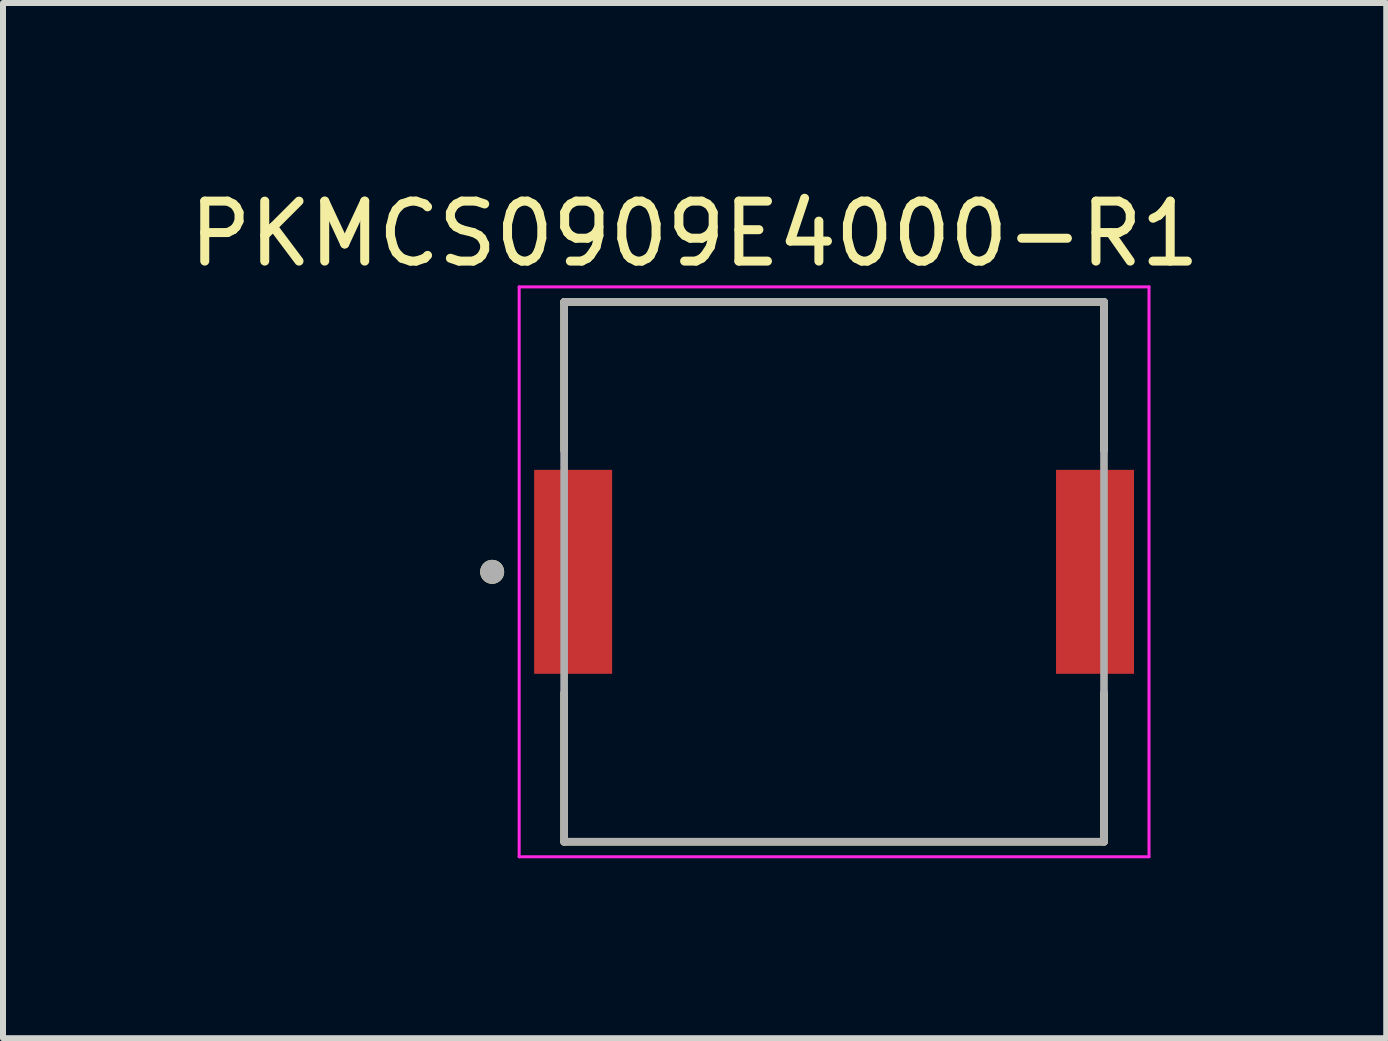
<source format=kicad_pcb>
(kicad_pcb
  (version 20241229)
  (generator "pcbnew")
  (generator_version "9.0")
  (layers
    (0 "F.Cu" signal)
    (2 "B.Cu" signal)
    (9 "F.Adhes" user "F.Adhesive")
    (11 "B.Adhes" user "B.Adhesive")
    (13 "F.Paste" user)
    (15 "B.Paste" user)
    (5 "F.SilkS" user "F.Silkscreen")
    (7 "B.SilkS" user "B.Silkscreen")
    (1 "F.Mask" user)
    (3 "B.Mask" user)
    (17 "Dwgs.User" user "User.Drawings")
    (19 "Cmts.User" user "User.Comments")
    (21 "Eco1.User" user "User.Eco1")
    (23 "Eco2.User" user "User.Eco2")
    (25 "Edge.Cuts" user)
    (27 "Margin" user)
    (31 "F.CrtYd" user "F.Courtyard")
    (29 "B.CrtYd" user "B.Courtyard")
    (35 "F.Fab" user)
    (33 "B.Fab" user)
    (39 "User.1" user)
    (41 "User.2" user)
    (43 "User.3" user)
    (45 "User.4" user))
  (footprint "PKMCS0909E4000-R1"
    (layer "F.Cu")
    (at 10.855 6.483)
    (property "Reference" "PKMCS0909E4000-R1" (at -2.325 -5.635 0) (layer "F.SilkS") (effects (font (size 1 1) (thickness 0.15))))
    (attr through_hole)
    (fp_line (start -4.5 -4.5) (end 4.5 -4.5) (stroke (width 0.127) (type solid)) (layer "F.SilkS"))
    (fp_line (start -4.5 -2.02) (end -4.5 -4.5) (stroke (width 0.127) (type solid)) (layer "F.SilkS"))
    (fp_line (start -4.5 4.5) (end -4.5 2.02) (stroke (width 0.127) (type solid)) (layer "F.SilkS"))
    (fp_line (start 4.5 -4.5) (end 4.5 -2.02) (stroke (width 0.127) (type solid)) (layer "F.SilkS"))
    (fp_line (start 4.5 2.02) (end 4.5 4.5) (stroke (width 0.127) (type solid)) (layer "F.SilkS"))
    (fp_line (start 4.5 4.5) (end -4.5 4.5) (stroke (width 0.127) (type solid)) (layer "F.SilkS"))
    (fp_circle (center -5.7 0) (end -5.6 0) (stroke (width 0.2) (type solid)) (fill no) (layer "F.SilkS"))
    (fp_line (start -5.25 -4.75) (end -5.25 4.75) (stroke (width 0.05) (type solid)) (layer "F.CrtYd"))
    (fp_line (start -5.25 4.75) (end 5.25 4.75) (stroke (width 0.05) (type solid)) (layer "F.CrtYd"))
    (fp_line (start 5.25 -4.75) (end -5.25 -4.75) (stroke (width 0.05) (type solid)) (layer "F.CrtYd"))
    (fp_line (start 5.25 4.75) (end 5.25 -4.75) (stroke (width 0.05) (type solid)) (layer "F.CrtYd"))
    (fp_line (start -4.5 -4.5) (end 4.5 -4.5) (stroke (width 0.127) (type solid)) (layer "F.Fab"))
    (fp_line (start -4.5 4.5) (end -4.5 -4.5) (stroke (width 0.127) (type solid)) (layer "F.Fab"))
    (fp_line (start 4.5 -4.5) (end 4.5 4.5) (stroke (width 0.127) (type solid)) (layer "F.Fab"))
    (fp_line (start 4.5 4.5) (end -4.5 4.5) (stroke (width 0.127) (type solid)) (layer "F.Fab"))
    (fp_circle (center -5.7 0) (end -5.6 0) (stroke (width 0.2) (type solid)) (fill no) (layer "F.Fab"))
    (pad "1" smd rect (at -4.35 0) (size 1.3 3.4) (layers "F.Cu" "F.Mask" "F.Paste"))
    (pad "2" smd rect (at 4.35 0) (size 1.3 3.4) (layers "F.Cu" "F.Mask" "F.Paste")))
  (gr_rect
    (start -3 -3)
    (end 20.06 14.258)
    (stroke (width 0.1) (type default))
    (fill no)
    (layer "Edge.Cuts")))
</source>
